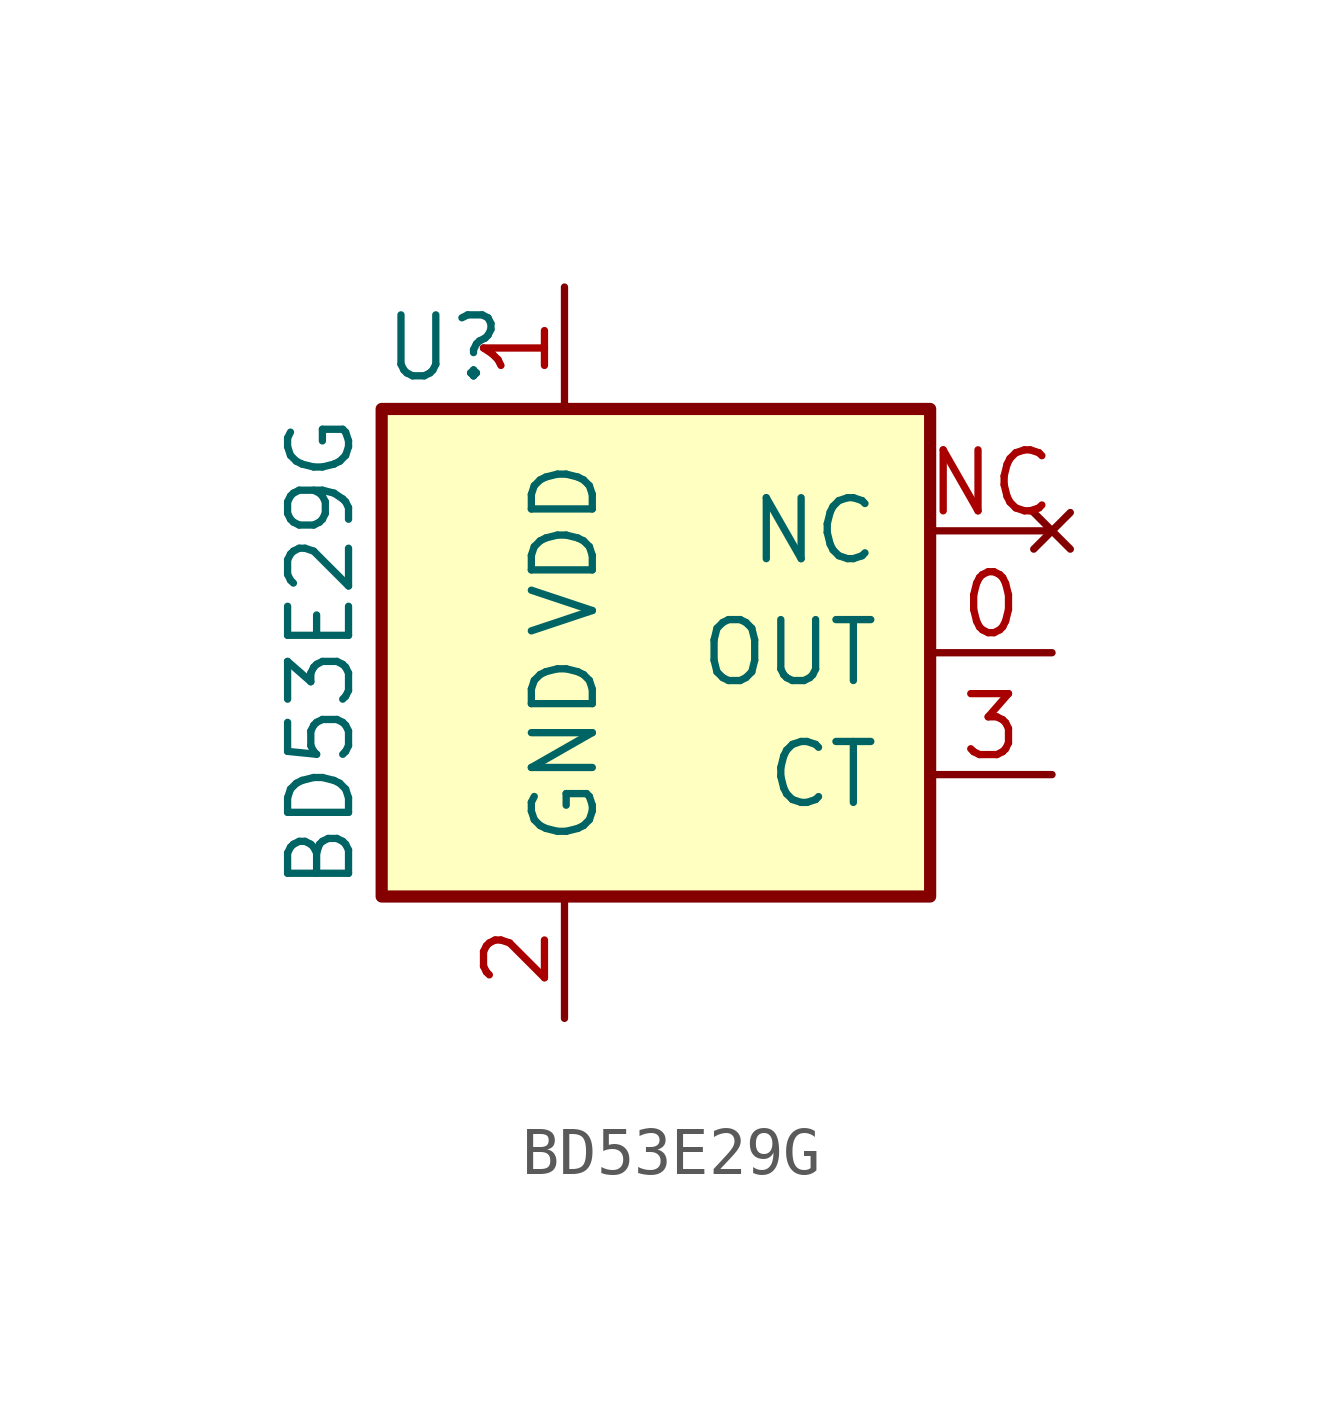
<source format=kicad_sym>
(kicad_symbol_lib
  (version 20231120)
  (generator "kicad_symbol_editor")
  (generator_version "8.0")
  (symbol "BD53E29G"
    (pin_names
      (offset 1.016))
    (property "Reference" "U"
      (at -3.81 6.35 0)
      (effects (font (size 1.27 1.27)) (justify left)))
    (property "Value" "BD53E29G"
      (at -5.08 0 90)
      (effects (font (size 1.27 1.27))))
    (symbol "BD53E29G_1_1"
      (rectangle (start -3.81 5.08) (end 7.62 -5.08) (stroke (width 0.254) (type default)) (fill (type background)))
      (pin passive line (at 10.16 0 180) (length 2.54) (name "OUT" (effects (font (size 1.27 1.27)))) (number "0" (effects (font (size 1.27 1.27)))))
      (pin passive line (at 0 7.62 270) (length 2.54) (name "VDD" (effects (font (size 1.27 1.27)))) (number "1" (effects (font (size 1.27 1.27)))))
      (pin passive line (at 0 -7.62 90) (length 2.54) (name "GND" (effects (font (size 1.27 1.27)))) (number "2" (effects (font (size 1.27 1.27)))))
      (pin passive line (at 10.16 -2.54 180) (length 2.54) (name "CT" (effects (font (size 1.27 1.27)))) (number "3" (effects (font (size 1.27 1.27)))))
      (pin no_connect line (at 10.16 2.54 180) (length 2.54) (name "NC" (effects (font (size 1.27 1.27)))) (number "NC" (effects (font (size 1.27 1.27))))))))
</source>
